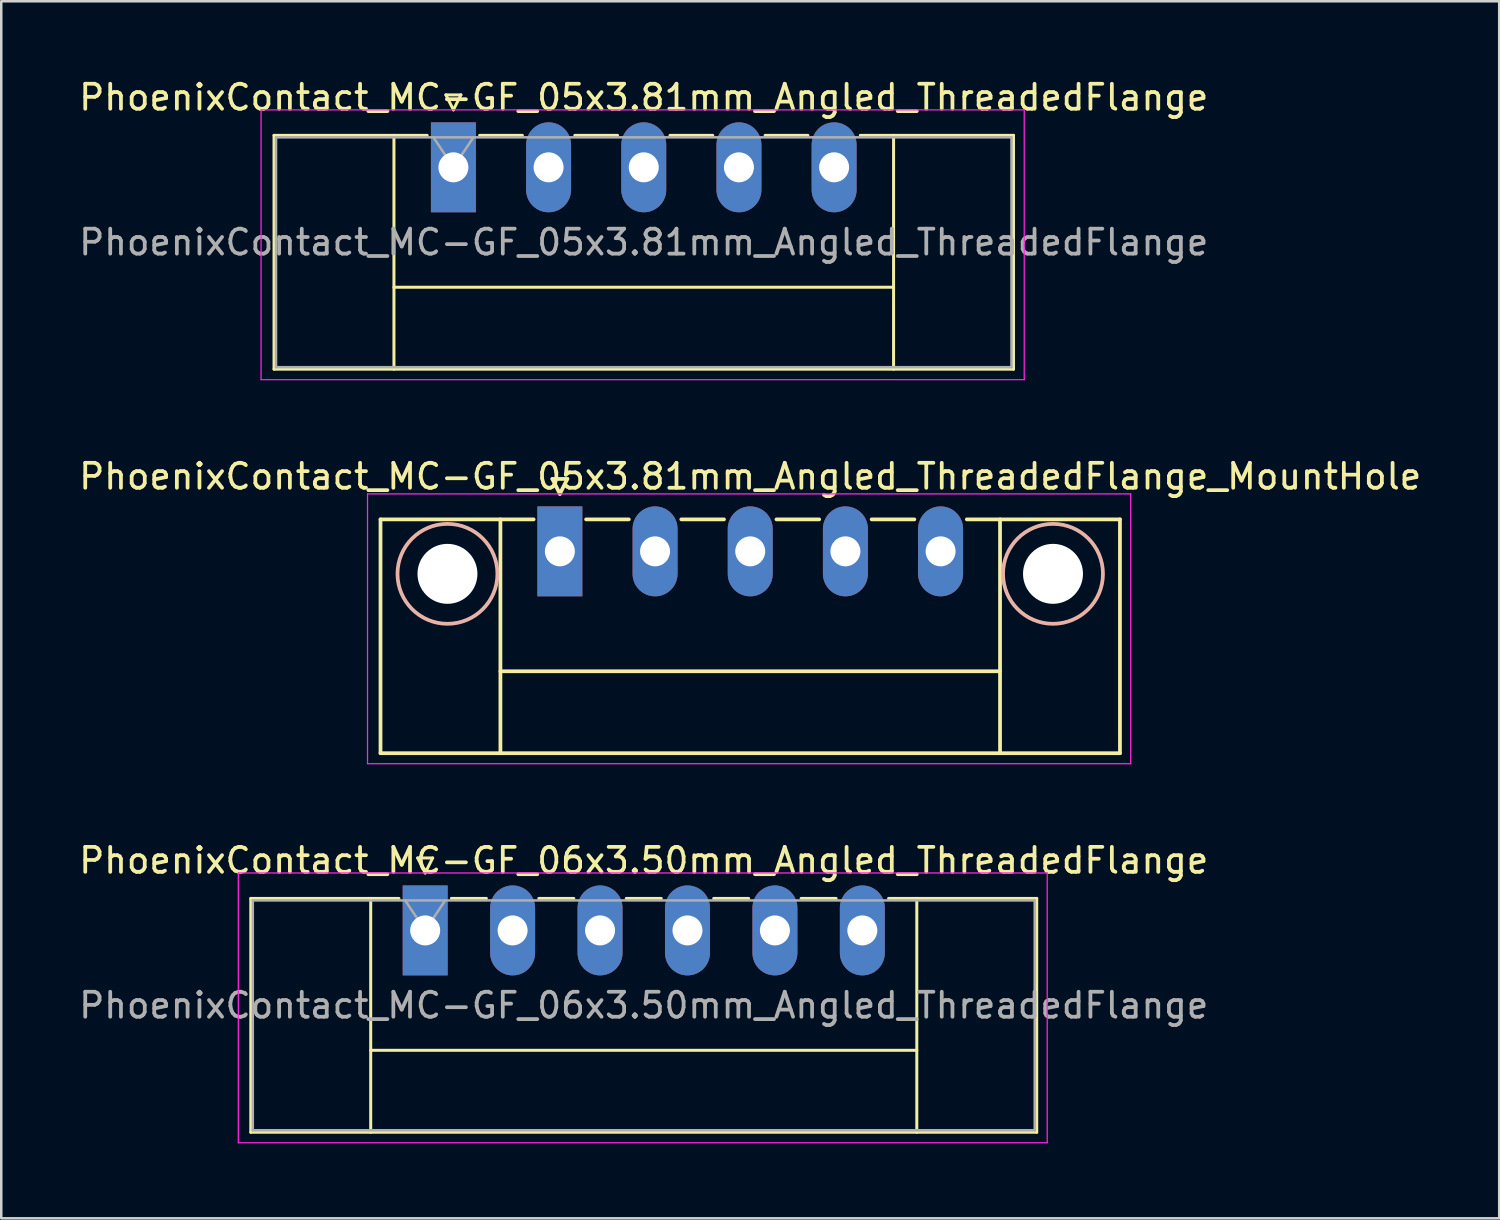
<source format=kicad_pcb>
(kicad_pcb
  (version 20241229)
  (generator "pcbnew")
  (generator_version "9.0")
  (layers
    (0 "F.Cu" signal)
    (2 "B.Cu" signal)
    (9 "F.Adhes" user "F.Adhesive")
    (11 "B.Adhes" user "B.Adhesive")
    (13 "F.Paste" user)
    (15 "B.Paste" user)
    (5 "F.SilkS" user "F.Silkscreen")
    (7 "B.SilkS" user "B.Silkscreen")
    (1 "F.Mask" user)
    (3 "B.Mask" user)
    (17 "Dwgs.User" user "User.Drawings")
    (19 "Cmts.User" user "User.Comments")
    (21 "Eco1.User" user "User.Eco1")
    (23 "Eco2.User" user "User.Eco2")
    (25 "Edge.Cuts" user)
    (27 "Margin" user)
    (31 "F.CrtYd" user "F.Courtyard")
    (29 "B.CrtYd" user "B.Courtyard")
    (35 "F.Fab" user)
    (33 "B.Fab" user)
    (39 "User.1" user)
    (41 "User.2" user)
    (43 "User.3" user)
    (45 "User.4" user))
  (footprint "PhoenixContact_MC-GF_05x3.81mm_Angled_ThreadedFlange_MountHole"
    (layer "F.Cu")
    (at 19.362 19.021)
    (property "Reference" "PhoenixContact_MC-GF_05x3.81mm_Angled_ThreadedFlange_MountHole" (at 7.62 -3 0) (layer "F.SilkS") (effects (font (size 1 1) (thickness 0.15))))
    (attr through_hole)
    (fp_line (start -7.18 -1.28) (end -7.18 8.08) (stroke (width 0.15) (type solid)) (layer "F.SilkS"))
    (fp_line (start -7.18 -1.28) (end -1.05 -1.28) (stroke (width 0.15) (type solid)) (layer "F.SilkS"))
    (fp_line (start -7.18 8.08) (end 22.42 8.08) (stroke (width 0.15) (type solid)) (layer "F.SilkS"))
    (fp_line (start -2.38 -1.28) (end -2.38 8.08) (stroke (width 0.15) (type solid)) (layer "F.SilkS"))
    (fp_line (start -2.38 4.8) (end 17.62 4.8) (stroke (width 0.15) (type solid)) (layer "F.SilkS"))
    (fp_line (start -0.3 -2.9) (end 0 -2.3) (stroke (width 0.15) (type solid)) (layer "F.SilkS"))
    (fp_line (start 0 -2.3) (end 0.3 -2.9) (stroke (width 0.15) (type solid)) (layer "F.SilkS"))
    (fp_line (start 0.3 -2.9) (end -0.3 -2.9) (stroke (width 0.15) (type solid)) (layer "F.SilkS"))
    (fp_line (start 1.05 -1.28) (end 2.76 -1.28) (stroke (width 0.15) (type solid)) (layer "F.SilkS"))
    (fp_line (start 4.86 -1.28) (end 6.57 -1.28) (stroke (width 0.15) (type solid)) (layer "F.SilkS"))
    (fp_line (start 8.67 -1.28) (end 10.38 -1.28) (stroke (width 0.15) (type solid)) (layer "F.SilkS"))
    (fp_line (start 12.48 -1.28) (end 14.19 -1.28) (stroke (width 0.15) (type solid)) (layer "F.SilkS"))
    (fp_line (start 17.62 -1.28) (end 17.62 8.08) (stroke (width 0.15) (type solid)) (layer "F.SilkS"))
    (fp_line (start 22.42 -1.28) (end 16.29 -1.28) (stroke (width 0.15) (type solid)) (layer "F.SilkS"))
    (fp_line (start 22.42 8.08) (end 22.42 -1.28) (stroke (width 0.15) (type solid)) (layer "F.SilkS"))
    (fp_circle (center -4.5 0.9) (end -2.5 0.9) (stroke (width 0.15) (type solid)) (fill no) (layer "B.SilkS"))
    (fp_circle (center 19.74 0.9) (end 21.74 0.9) (stroke (width 0.15) (type solid)) (fill no) (layer "B.SilkS"))
    (fp_line (start -7.7 -2.3) (end -7.7 8.5) (stroke (width 0.05) (type solid)) (layer "F.CrtYd"))
    (fp_line (start -7.7 8.5) (end 22.85 8.5) (stroke (width 0.05) (type solid)) (layer "F.CrtYd"))
    (fp_line (start 22.85 -2.3) (end -7.7 -2.3) (stroke (width 0.05) (type solid)) (layer "F.CrtYd"))
    (fp_line (start 22.85 8.5) (end 22.85 -2.3) (stroke (width 0.05) (type solid)) (layer "F.CrtYd"))
    (pad "" np_thru_hole circle (at -4.5 0.9) (size 2.4 2.4) (drill 2.4) (layers "*.Cu" "*.Mask"))
    (pad "" np_thru_hole circle (at 19.74 0.9) (size 2.4 2.4) (drill 2.4) (layers "*.Cu" "*.Mask"))
    (pad "1" thru_hole rect (at 0 0) (size 1.8 3.6) (drill 1.2) (layers "*.Cu" "*.Mask"))
    (pad "2" thru_hole oval (at 3.81 0) (size 1.8 3.6) (drill 1.2) (layers "*.Cu" "*.Mask"))
    (pad "3" thru_hole oval (at 7.62 0) (size 1.8 3.6) (drill 1.2) (layers "*.Cu" "*.Mask"))
    (pad "4" thru_hole oval (at 11.43 0) (size 1.8 3.6) (drill 1.2) (layers "*.Cu" "*.Mask"))
    (pad "5" thru_hole oval (at 15.24 0) (size 1.8 3.6) (drill 1.2) (layers "*.Cu" "*.Mask")))
  (footprint "PhoenixContact_MC-GF_05x3.81mm_Angled_ThreadedFlange"
    (layer "F.Cu")
    (at 15.1 3.648)
    (property "Reference" "PhoenixContact_MC-GF_05x3.81mm_Angled_ThreadedFlange" (at 7.62 -2.8 0) (layer "F.SilkS") (effects (font (size 1 1) (thickness 0.15))))
    (attr through_hole)
    (fp_line (start -7.18 -1.28) (end -7.18 8.08) (stroke (width 0.12) (type solid)) (layer "F.SilkS"))
    (fp_line (start -7.18 -1.28) (end -1.05 -1.28) (stroke (width 0.12) (type solid)) (layer "F.SilkS"))
    (fp_line (start -7.18 8.08) (end 22.42 8.08) (stroke (width 0.12) (type solid)) (layer "F.SilkS"))
    (fp_line (start -2.38 -1.28) (end -2.38 8.08) (stroke (width 0.12) (type solid)) (layer "F.SilkS"))
    (fp_line (start -2.38 4.8) (end 17.62 4.8) (stroke (width 0.12) (type solid)) (layer "F.SilkS"))
    (fp_line (start -0.3 -2.9) (end 0.3 -2.9) (stroke (width 0.12) (type solid)) (layer "F.SilkS"))
    (fp_line (start 0 -2.3) (end -0.3 -2.9) (stroke (width 0.12) (type solid)) (layer "F.SilkS"))
    (fp_line (start 0.3 -2.9) (end 0 -2.3) (stroke (width 0.12) (type solid)) (layer "F.SilkS"))
    (fp_line (start 1.05 -1.28) (end 2.76 -1.28) (stroke (width 0.12) (type solid)) (layer "F.SilkS"))
    (fp_line (start 4.86 -1.28) (end 6.57 -1.28) (stroke (width 0.12) (type solid)) (layer "F.SilkS"))
    (fp_line (start 8.67 -1.28) (end 10.38 -1.28) (stroke (width 0.12) (type solid)) (layer "F.SilkS"))
    (fp_line (start 12.48 -1.28) (end 14.19 -1.28) (stroke (width 0.12) (type solid)) (layer "F.SilkS"))
    (fp_line (start 17.62 -1.28) (end 17.62 8.08) (stroke (width 0.12) (type solid)) (layer "F.SilkS"))
    (fp_line (start 22.42 -1.28) (end 16.29 -1.28) (stroke (width 0.12) (type solid)) (layer "F.SilkS"))
    (fp_line (start 22.42 8.08) (end 22.42 -1.28) (stroke (width 0.12) (type solid)) (layer "F.SilkS"))
    (fp_line (start -7.7 -2.3) (end -7.7 8.5) (stroke (width 0.05) (type solid)) (layer "F.CrtYd"))
    (fp_line (start -7.7 8.5) (end 22.85 8.5) (stroke (width 0.05) (type solid)) (layer "F.CrtYd"))
    (fp_line (start 22.85 -2.3) (end -7.7 -2.3) (stroke (width 0.05) (type solid)) (layer "F.CrtYd"))
    (fp_line (start 22.85 8.5) (end 22.85 -2.3) (stroke (width 0.05) (type solid)) (layer "F.CrtYd"))
    (fp_line (start -7.1 -1.2) (end -7.1 8) (stroke (width 0.1) (type solid)) (layer "F.Fab"))
    (fp_line (start -7.1 8) (end 22.34 8) (stroke (width 0.1) (type solid)) (layer "F.Fab"))
    (fp_line (start 0 0) (end -0.8 -1.2) (stroke (width 0.1) (type solid)) (layer "F.Fab"))
    (fp_line (start 0.8 -1.2) (end 0 0) (stroke (width 0.1) (type solid)) (layer "F.Fab"))
    (fp_line (start 22.34 -1.2) (end -7.1 -1.2) (stroke (width 0.1) (type solid)) (layer "F.Fab"))
    (fp_line (start 22.34 8) (end 22.34 -1.2) (stroke (width 0.1) (type solid)) (layer "F.Fab"))
    (fp_text user "${REFERENCE}" (at 7.62 3 0) (layer "F.Fab") (effects (font (size 1 1) (thickness 0.15))))
    (pad "1" thru_hole rect (at 0 0) (size 1.8 3.6) (drill 1.2) (layers "*.Cu" "*.Mask"))
    (pad "2" thru_hole oval (at 3.81 0) (size 1.8 3.6) (drill 1.2) (layers "*.Cu" "*.Mask"))
    (pad "3" thru_hole oval (at 7.62 0) (size 1.8 3.6) (drill 1.2) (layers "*.Cu" "*.Mask"))
    (pad "4" thru_hole oval (at 11.43 0) (size 1.8 3.6) (drill 1.2) (layers "*.Cu" "*.Mask"))
    (pad "5" thru_hole oval (at 15.24 0) (size 1.8 3.6) (drill 1.2) (layers "*.Cu" "*.Mask")))
  (footprint "PhoenixContact_MC-GF_06x3.50mm_Angled_ThreadedFlange"
    (layer "F.Cu")
    (at 13.97 34.195)
    (property "Reference" "PhoenixContact_MC-GF_06x3.50mm_Angled_ThreadedFlange" (at 8.75 -2.8 0) (layer "F.SilkS") (effects (font (size 1 1) (thickness 0.15))))
    (attr through_hole)
    (fp_line (start -6.98 -1.28) (end -6.98 8.08) (stroke (width 0.12) (type solid)) (layer "F.SilkS"))
    (fp_line (start -6.98 -1.28) (end -1.05 -1.28) (stroke (width 0.12) (type solid)) (layer "F.SilkS"))
    (fp_line (start -6.98 8.08) (end 24.48 8.08) (stroke (width 0.12) (type solid)) (layer "F.SilkS"))
    (fp_line (start -2.18 -1.28) (end -2.18 8.08) (stroke (width 0.12) (type solid)) (layer "F.SilkS"))
    (fp_line (start -2.18 4.8) (end 19.68 4.8) (stroke (width 0.12) (type solid)) (layer "F.SilkS"))
    (fp_line (start -0.3 -2.9) (end 0.3 -2.9) (stroke (width 0.12) (type solid)) (layer "F.SilkS"))
    (fp_line (start 0 -2.3) (end -0.3 -2.9) (stroke (width 0.12) (type solid)) (layer "F.SilkS"))
    (fp_line (start 0.3 -2.9) (end 0 -2.3) (stroke (width 0.12) (type solid)) (layer "F.SilkS"))
    (fp_line (start 1.05 -1.28) (end 2.45 -1.28) (stroke (width 0.12) (type solid)) (layer "F.SilkS"))
    (fp_line (start 4.55 -1.28) (end 5.95 -1.28) (stroke (width 0.12) (type solid)) (layer "F.SilkS"))
    (fp_line (start 8.05 -1.28) (end 9.45 -1.28) (stroke (width 0.12) (type solid)) (layer "F.SilkS"))
    (fp_line (start 11.55 -1.28) (end 12.95 -1.28) (stroke (width 0.12) (type solid)) (layer "F.SilkS"))
    (fp_line (start 15.05 -1.28) (end 16.45 -1.28) (stroke (width 0.12) (type solid)) (layer "F.SilkS"))
    (fp_line (start 19.68 -1.28) (end 19.68 8.08) (stroke (width 0.12) (type solid)) (layer "F.SilkS"))
    (fp_line (start 24.48 -1.28) (end 18.55 -1.28) (stroke (width 0.12) (type solid)) (layer "F.SilkS"))
    (fp_line (start 24.48 8.08) (end 24.48 -1.28) (stroke (width 0.12) (type solid)) (layer "F.SilkS"))
    (fp_line (start -7.48 -2.3) (end -7.48 8.5) (stroke (width 0.05) (type solid)) (layer "F.CrtYd"))
    (fp_line (start -7.48 8.5) (end 24.9 8.5) (stroke (width 0.05) (type solid)) (layer "F.CrtYd"))
    (fp_line (start 24.9 -2.3) (end -7.48 -2.3) (stroke (width 0.05) (type solid)) (layer "F.CrtYd"))
    (fp_line (start 24.9 8.5) (end 24.9 -2.3) (stroke (width 0.05) (type solid)) (layer "F.CrtYd"))
    (fp_line (start -6.9 -1.2) (end -6.9 8) (stroke (width 0.1) (type solid)) (layer "F.Fab"))
    (fp_line (start -6.9 8) (end 24.4 8) (stroke (width 0.1) (type solid)) (layer "F.Fab"))
    (fp_line (start 0 0) (end -0.8 -1.2) (stroke (width 0.1) (type solid)) (layer "F.Fab"))
    (fp_line (start 0.8 -1.2) (end 0 0) (stroke (width 0.1) (type solid)) (layer "F.Fab"))
    (fp_line (start 24.4 -1.2) (end -6.9 -1.2) (stroke (width 0.1) (type solid)) (layer "F.Fab"))
    (fp_line (start 24.4 8) (end 24.4 -1.2) (stroke (width 0.1) (type solid)) (layer "F.Fab"))
    (fp_text user "${REFERENCE}" (at 8.75 3 0) (layer "F.Fab") (effects (font (size 1 1) (thickness 0.15))))
    (pad "1" thru_hole rect (at 0 0) (size 1.8 3.6) (drill 1.2) (layers "*.Cu" "*.Mask"))
    (pad "2" thru_hole oval (at 3.5 0) (size 1.8 3.6) (drill 1.2) (layers "*.Cu" "*.Mask"))
    (pad "3" thru_hole oval (at 7 0) (size 1.8 3.6) (drill 1.2) (layers "*.Cu" "*.Mask"))
    (pad "4" thru_hole oval (at 10.5 0) (size 1.8 3.6) (drill 1.2) (layers "*.Cu" "*.Mask"))
    (pad "5" thru_hole oval (at 14 0) (size 1.8 3.6) (drill 1.2) (layers "*.Cu" "*.Mask"))
    (pad "6" thru_hole oval (at 17.5 0) (size 1.8 3.6) (drill 1.2) (layers "*.Cu" "*.Mask")))
  (gr_rect
    (start -3 -3)
    (end 56.964 45.72)
    (stroke (width 0.1) (type default))
    (fill no)
    (layer "Edge.Cuts")))
</source>
